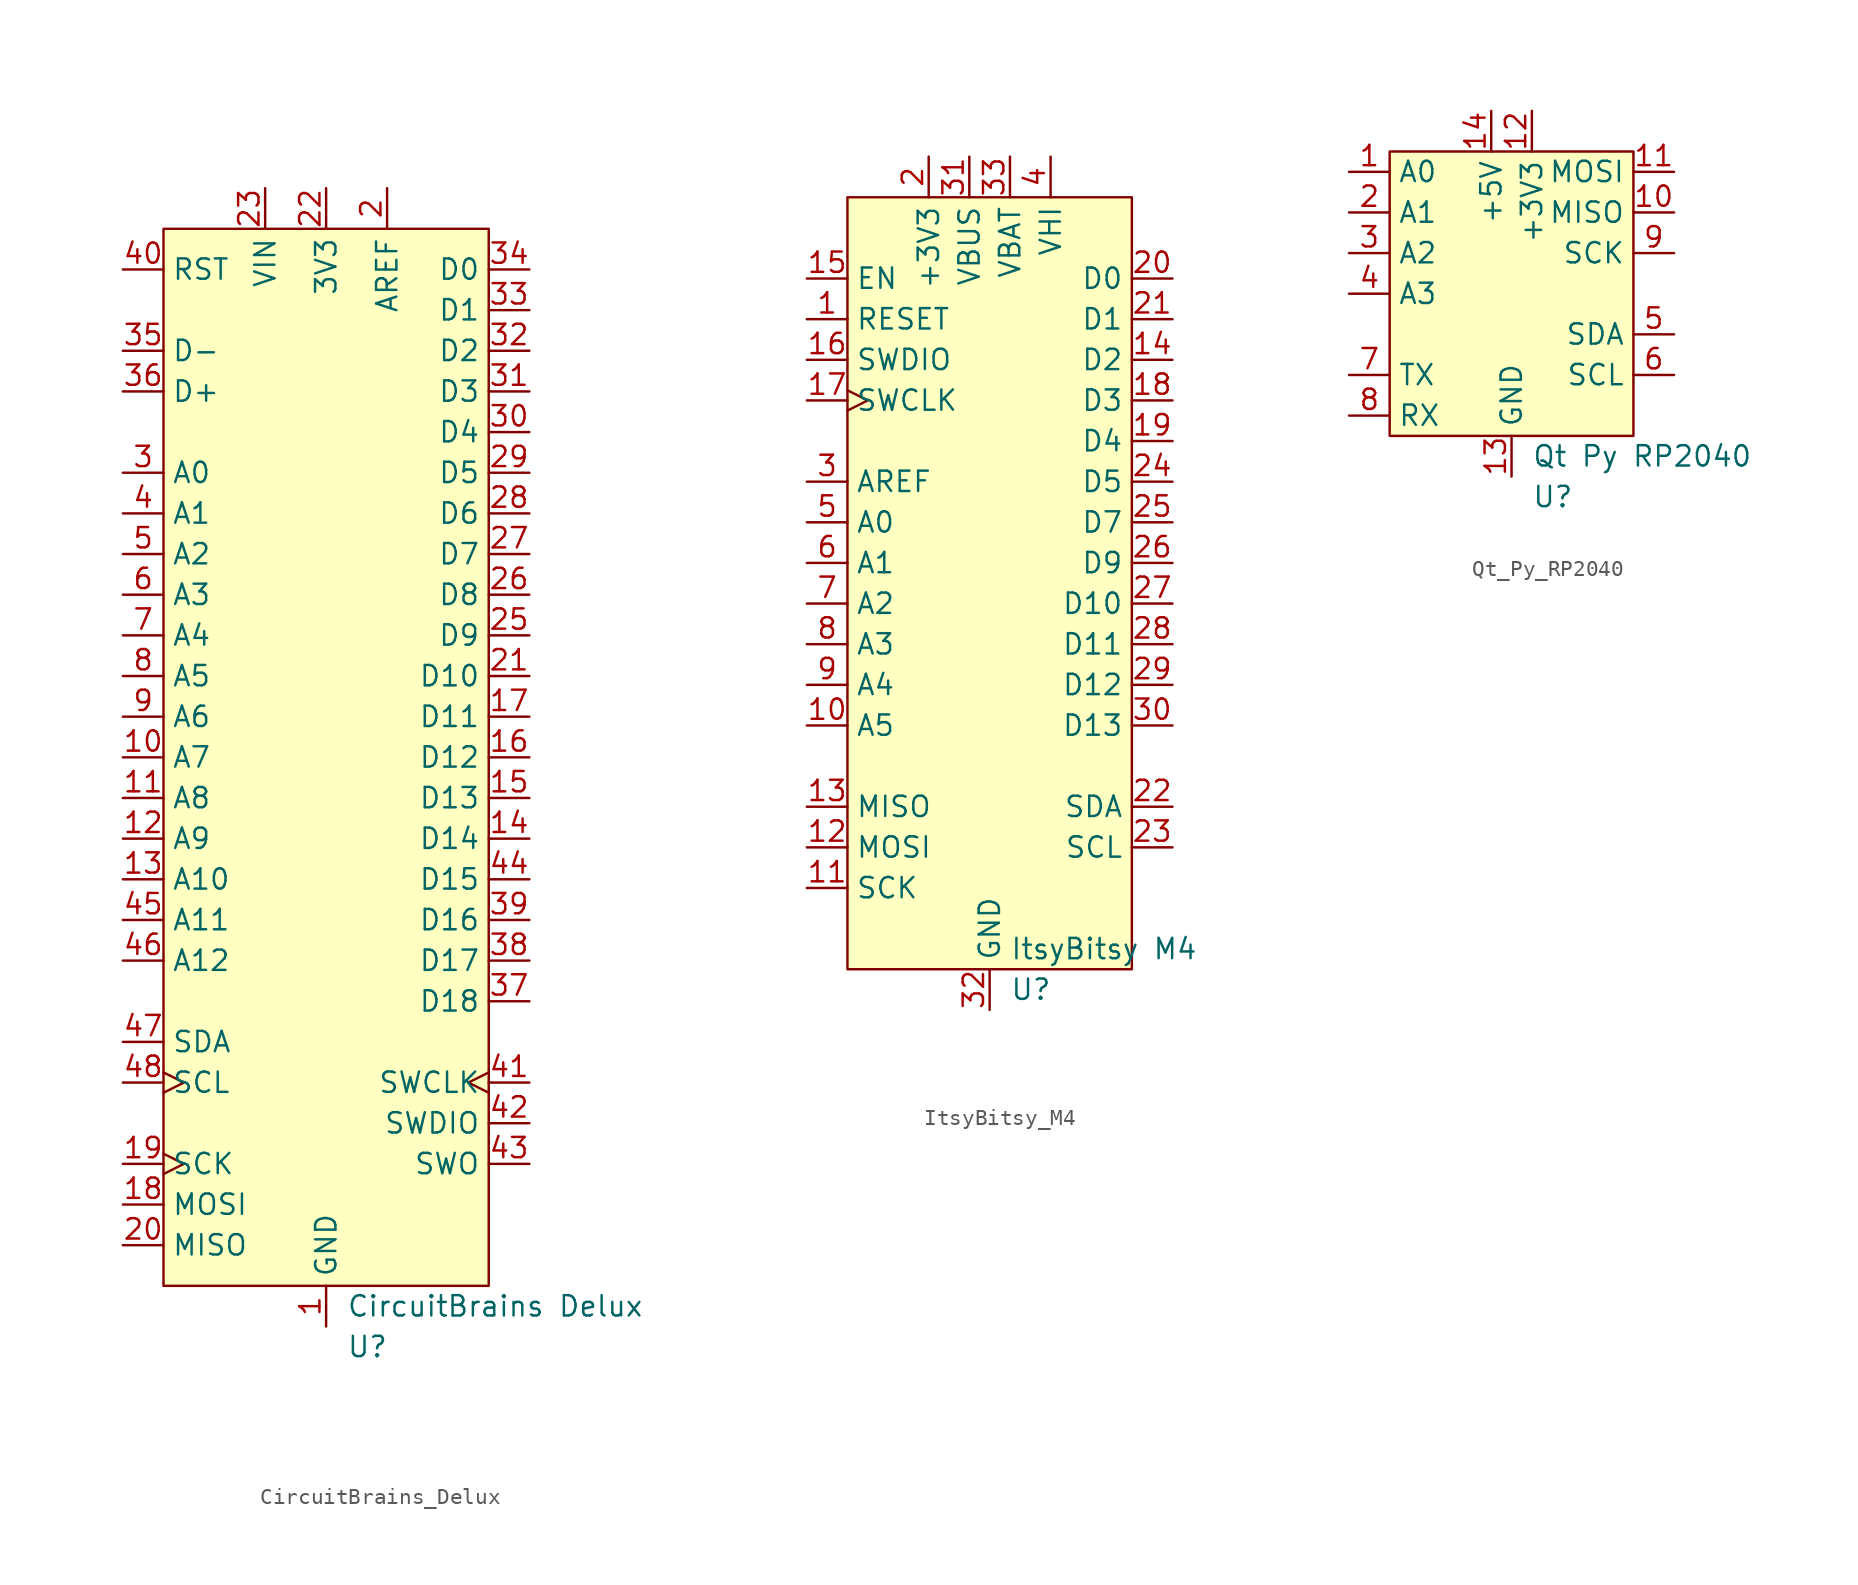
<source format=kicad_sym>
(kicad_symbol_lib
  (version 20220914)
  (generator kicad_symbol_editor)
  (symbol "CircuitBrains_Delux"
    (property "Reference" "U"
      (at 1.27 -69.85 0)
      (effects (font (size 1.27 1.27)) (justify left)))
    (property "Value" "CircuitBrains Delux"
      (at 1.27 -67.31 0)
      (effects (font (size 1.27 1.27)) (justify left)))
    (symbol "CircuitBrains_Delux_0_1"
      (rectangle (start -10.16 0) (end 10.16 -66.04) (stroke (width 0) (type default)) (fill (type background))))
    (symbol "CircuitBrains_Delux_1_0"
      (pin passive line (at 0 -68.58 90) (length 2.54) (name "GND" (effects (font (size 1.27 1.27)))) (number "1" (effects (font (size 1.27 1.27)))))
      (pin bidirectional line (at -12.7 -33.02 0) (length 2.54) (name "A7" (effects (font (size 1.27 1.27)))) (number "10" (effects (font (size 1.27 1.27)))))
      (pin bidirectional line (at -12.7 -35.56 0) (length 2.54) (name "A8" (effects (font (size 1.27 1.27)))) (number "11" (effects (font (size 1.27 1.27)))))
      (pin bidirectional line (at -12.7 -38.1 0) (length 2.54) (name "A9" (effects (font (size 1.27 1.27)))) (number "12" (effects (font (size 1.27 1.27)))))
      (pin bidirectional line (at -12.7 -40.64 0) (length 2.54) (name "A10" (effects (font (size 1.27 1.27)))) (number "13" (effects (font (size 1.27 1.27)))))
      (pin bidirectional line (at 12.7 -38.1 180) (length 2.54) (name "D14" (effects (font (size 1.27 1.27)))) (number "14" (effects (font (size 1.27 1.27)))))
      (pin bidirectional line (at 12.7 -35.56 180) (length 2.54) (name "D13" (effects (font (size 1.27 1.27)))) (number "15" (effects (font (size 1.27 1.27)))))
      (pin bidirectional line (at 12.7 -33.02 180) (length 2.54) (name "D12" (effects (font (size 1.27 1.27)))) (number "16" (effects (font (size 1.27 1.27)))))
      (pin bidirectional line (at 12.7 -30.48 180) (length 2.54) (name "D11" (effects (font (size 1.27 1.27)))) (number "17" (effects (font (size 1.27 1.27)))))
      (pin input line (at -12.7 -60.96 0) (length 2.54) (name "MOSI" (effects (font (size 1.27 1.27)))) (number "18" (effects (font (size 1.27 1.27)))))
      (pin output clock (at -12.7 -58.42 0) (length 2.54) (name "SCK" (effects (font (size 1.27 1.27)))) (number "19" (effects (font (size 1.27 1.27)))))
      (pin input line (at -12.7 -63.5 0) (length 2.54) (name "MISO" (effects (font (size 1.27 1.27)))) (number "20" (effects (font (size 1.27 1.27)))))
      (pin bidirectional line (at 12.7 -27.94 180) (length 2.54) (name "D10" (effects (font (size 1.27 1.27)))) (number "21" (effects (font (size 1.27 1.27)))))
      (pin power_out line (at 0 2.54 270) (length 2.54) (name "3V3" (effects (font (size 1.27 1.27)))) (number "22" (effects (font (size 1.27 1.27)))))
      (pin power_in line (at -3.81 2.54 270) (length 2.54) (name "VIN" (effects (font (size 1.27 1.27)))) (number "23" (effects (font (size 1.27 1.27)))))
      (pin passive line (at 0 -68.58 90) (length 2.54) hide (name "GND" (effects (font (size 1.27 1.27)))) (number "24" (effects (font (size 1.27 1.27)))))
      (pin bidirectional line (at 12.7 -25.4 180) (length 2.54) (name "D9" (effects (font (size 1.27 1.27)))) (number "25" (effects (font (size 1.27 1.27)))))
      (pin bidirectional line (at 12.7 -22.86 180) (length 2.54) (name "D8" (effects (font (size 1.27 1.27)))) (number "26" (effects (font (size 1.27 1.27)))))
      (pin bidirectional line (at 12.7 -20.32 180) (length 2.54) (name "D7" (effects (font (size 1.27 1.27)))) (number "27" (effects (font (size 1.27 1.27)))))
      (pin bidirectional line (at 12.7 -17.78 180) (length 2.54) (name "D6" (effects (font (size 1.27 1.27)))) (number "28" (effects (font (size 1.27 1.27)))))
      (pin bidirectional line (at 12.7 -15.24 180) (length 2.54) (name "D5" (effects (font (size 1.27 1.27)))) (number "29" (effects (font (size 1.27 1.27)))))
      (pin bidirectional line (at 12.7 -12.7 180) (length 2.54) (name "D4" (effects (font (size 1.27 1.27)))) (number "30" (effects (font (size 1.27 1.27)))))
      (pin bidirectional line (at 12.7 -10.16 180) (length 2.54) (name "D3" (effects (font (size 1.27 1.27)))) (number "31" (effects (font (size 1.27 1.27)))))
      (pin bidirectional line (at 12.7 -7.62 180) (length 2.54) (name "D2" (effects (font (size 1.27 1.27)))) (number "32" (effects (font (size 1.27 1.27)))))
      (pin bidirectional line (at 12.7 -5.08 180) (length 2.54) (name "D1" (effects (font (size 1.27 1.27)))) (number "33" (effects (font (size 1.27 1.27)))))
      (pin bidirectional line (at 12.7 -2.54 180) (length 2.54) (name "D0" (effects (font (size 1.27 1.27)))) (number "34" (effects (font (size 1.27 1.27)))))
      (pin bidirectional line (at -12.7 -7.62 0) (length 2.54) (name "D-" (effects (font (size 1.27 1.27)))) (number "35" (effects (font (size 1.27 1.27)))))
      (pin bidirectional line (at -12.7 -10.16 0) (length 2.54) (name "D+" (effects (font (size 1.27 1.27)))) (number "36" (effects (font (size 1.27 1.27)))))
      (pin bidirectional line (at 12.7 -48.26 180) (length 2.54) (name "D18" (effects (font (size 1.27 1.27)))) (number "37" (effects (font (size 1.27 1.27)))))
      (pin bidirectional line (at 12.7 -45.72 180) (length 2.54) (name "D17" (effects (font (size 1.27 1.27)))) (number "38" (effects (font (size 1.27 1.27)))))
      (pin bidirectional line (at 12.7 -43.18 180) (length 2.54) (name "D16" (effects (font (size 1.27 1.27)))) (number "39" (effects (font (size 1.27 1.27)))))
      (pin bidirectional line (at -12.7 -2.54 0) (length 2.54) (name "RST" (effects (font (size 1.27 1.27)))) (number "40" (effects (font (size 1.27 1.27)))))
      (pin input clock (at 12.7 -53.34 180) (length 2.54) (name "SWCLK" (effects (font (size 1.27 1.27)))) (number "41" (effects (font (size 1.27 1.27)))))
      (pin bidirectional line (at 12.7 -55.88 180) (length 2.54) (name "SWDIO" (effects (font (size 1.27 1.27)))) (number "42" (effects (font (size 1.27 1.27)))))
      (pin bidirectional line (at 12.7 -58.42 180) (length 2.54) (name "SWO" (effects (font (size 1.27 1.27)))) (number "43" (effects (font (size 1.27 1.27)))))
      (pin bidirectional line (at 12.7 -40.64 180) (length 2.54) (name "D15" (effects (font (size 1.27 1.27)))) (number "44" (effects (font (size 1.27 1.27)))))
      (pin bidirectional line (at -12.7 -43.18 0) (length 2.54) (name "A11" (effects (font (size 1.27 1.27)))) (number "45" (effects (font (size 1.27 1.27)))))
      (pin bidirectional line (at -12.7 -45.72 0) (length 2.54) (name "A12" (effects (font (size 1.27 1.27)))) (number "46" (effects (font (size 1.27 1.27)))))
      (pin bidirectional line (at -12.7 -50.8 0) (length 2.54) (name "SDA" (effects (font (size 1.27 1.27)))) (number "47" (effects (font (size 1.27 1.27)))))
      (pin output clock (at -12.7 -53.34 0) (length 2.54) (name "SCL" (effects (font (size 1.27 1.27)))) (number "48" (effects (font (size 1.27 1.27)))))
      (pin bidirectional line (at -12.7 -22.86 0) (length 2.54) (name "A3" (effects (font (size 1.27 1.27)))) (number "6" (effects (font (size 1.27 1.27)))))
      (pin bidirectional line (at -12.7 -25.4 0) (length 2.54) (name "A4" (effects (font (size 1.27 1.27)))) (number "7" (effects (font (size 1.27 1.27)))))
      (pin bidirectional line (at -12.7 -27.94 0) (length 2.54) (name "A5" (effects (font (size 1.27 1.27)))) (number "8" (effects (font (size 1.27 1.27)))))
      (pin bidirectional line (at -12.7 -30.48 0) (length 2.54) (name "A6" (effects (font (size 1.27 1.27)))) (number "9" (effects (font (size 1.27 1.27))))))
    (symbol "CircuitBrains_Delux_1_1"
      (pin power_out line (at 3.81 2.54 270) (length 2.54) (name "AREF" (effects (font (size 1.27 1.27)))) (number "2" (effects (font (size 1.27 1.27)))))
      (pin bidirectional line (at -12.7 -15.24 0) (length 2.54) (name "A0" (effects (font (size 1.27 1.27)))) (number "3" (effects (font (size 1.27 1.27)))))
      (pin bidirectional line (at -12.7 -17.78 0) (length 2.54) (name "A1" (effects (font (size 1.27 1.27)))) (number "4" (effects (font (size 1.27 1.27)))))
      (pin bidirectional line (at -12.7 -20.32 0) (length 2.54) (name "A2" (effects (font (size 1.27 1.27)))) (number "5" (effects (font (size 1.27 1.27)))))))
  (symbol "ItsyBitsy_M4"
    (property "Reference" "U"
      (at 1.27 -53.34 0)
      (effects (font (size 1.27 1.27)) (justify left)))
    (property "Value" "ItsyBitsy M4"
      (at 1.27 -50.8 0)
      (effects (font (size 1.27 1.27)) (justify left)))
    (symbol "ItsyBitsy_M4_0_1"
      (rectangle (start -8.89 -3.81) (end 8.89 -52.07) (stroke (width 0) (type default)) (fill (type background))))
    (symbol "ItsyBitsy_M4_1_1"
      (pin input line (at -11.43 -11.43 0) (length 2.54) (name "RESET" (effects (font (size 1.27 1.27)))) (number "1" (effects (font (size 1.27 1.27)))))
      (pin bidirectional line (at -11.43 -36.83 0) (length 2.54) (name "A5" (effects (font (size 1.27 1.27)))) (number "10" (effects (font (size 1.27 1.27)))))
      (pin bidirectional line (at -11.43 -46.99 0) (length 2.54) (name "SCK" (effects (font (size 1.27 1.27)))) (number "11" (effects (font (size 1.27 1.27)))))
      (pin bidirectional line (at -11.43 -44.45 0) (length 2.54) (name "MOSI" (effects (font (size 1.27 1.27)))) (number "12" (effects (font (size 1.27 1.27)))))
      (pin bidirectional line (at -11.43 -41.91 0) (length 2.54) (name "MISO" (effects (font (size 1.27 1.27)))) (number "13" (effects (font (size 1.27 1.27)))))
      (pin bidirectional line (at 11.43 -13.97 180) (length 2.54) (name "D2" (effects (font (size 1.27 1.27)))) (number "14" (effects (font (size 1.27 1.27)))))
      (pin input line (at -11.43 -8.89 0) (length 2.54) (name "EN" (effects (font (size 1.27 1.27)))) (number "15" (effects (font (size 1.27 1.27)))))
      (pin bidirectional line (at -11.43 -13.97 0) (length 2.54) (name "SWDIO" (effects (font (size 1.27 1.27)))) (number "16" (effects (font (size 1.27 1.27)))))
      (pin input clock (at -11.43 -16.51 0) (length 2.54) (name "SWCLK" (effects (font (size 1.27 1.27)))) (number "17" (effects (font (size 1.27 1.27)))))
      (pin bidirectional line (at 11.43 -16.51 180) (length 2.54) (name "D3" (effects (font (size 1.27 1.27)))) (number "18" (effects (font (size 1.27 1.27)))))
      (pin bidirectional line (at 11.43 -19.05 180) (length 2.54) (name "D4" (effects (font (size 1.27 1.27)))) (number "19" (effects (font (size 1.27 1.27)))))
      (pin power_out line (at -3.81 -1.27 270) (length 2.54) (name "+3V3" (effects (font (size 1.27 1.27)))) (number "2" (effects (font (size 1.27 1.27)))))
      (pin bidirectional line (at 11.43 -8.89 180) (length 2.54) (name "D0" (effects (font (size 1.27 1.27)))) (number "20" (effects (font (size 1.27 1.27)))))
      (pin bidirectional line (at 11.43 -11.43 180) (length 2.54) (name "D1" (effects (font (size 1.27 1.27)))) (number "21" (effects (font (size 1.27 1.27)))))
      (pin bidirectional line (at 11.43 -41.91 180) (length 2.54) (name "SDA" (effects (font (size 1.27 1.27)))) (number "22" (effects (font (size 1.27 1.27)))))
      (pin bidirectional line (at 11.43 -44.45 180) (length 2.54) (name "SCL" (effects (font (size 1.27 1.27)))) (number "23" (effects (font (size 1.27 1.27)))))
      (pin bidirectional line (at 11.43 -21.59 180) (length 2.54) (name "D5" (effects (font (size 1.27 1.27)))) (number "24" (effects (font (size 1.27 1.27)))))
      (pin bidirectional line (at 11.43 -24.13 180) (length 2.54) (name "D7" (effects (font (size 1.27 1.27)))) (number "25" (effects (font (size 1.27 1.27)))))
      (pin bidirectional line (at 11.43 -26.67 180) (length 2.54) (name "D9" (effects (font (size 1.27 1.27)))) (number "26" (effects (font (size 1.27 1.27)))))
      (pin bidirectional line (at 11.43 -29.21 180) (length 2.54) (name "D10" (effects (font (size 1.27 1.27)))) (number "27" (effects (font (size 1.27 1.27)))))
      (pin bidirectional line (at 11.43 -31.75 180) (length 2.54) (name "D11" (effects (font (size 1.27 1.27)))) (number "28" (effects (font (size 1.27 1.27)))))
      (pin bidirectional line (at 11.43 -34.29 180) (length 2.54) (name "D12" (effects (font (size 1.27 1.27)))) (number "29" (effects (font (size 1.27 1.27)))))
      (pin output line (at -11.43 -21.59 0) (length 2.54) (name "AREF" (effects (font (size 1.27 1.27)))) (number "3" (effects (font (size 1.27 1.27)))))
      (pin bidirectional line (at 11.43 -36.83 180) (length 2.54) (name "D13" (effects (font (size 1.27 1.27)))) (number "30" (effects (font (size 1.27 1.27)))))
      (pin power_out line (at -1.27 -1.27 270) (length 2.54) (name "VBUS" (effects (font (size 1.27 1.27)))) (number "31" (effects (font (size 1.27 1.27)))))
      (pin passive line (at 0 -54.61 90) (length 2.54) (name "GND" (effects (font (size 1.27 1.27)))) (number "32" (effects (font (size 1.27 1.27)))))
      (pin power_in line (at 1.27 -1.27 270) (length 2.54) (name "VBAT" (effects (font (size 1.27 1.27)))) (number "33" (effects (font (size 1.27 1.27)))))
      (pin power_out line (at 3.81 -1.27 270) (length 2.54) (name "VHI" (effects (font (size 1.27 1.27)))) (number "4" (effects (font (size 1.27 1.27)))))
      (pin bidirectional line (at -11.43 -24.13 0) (length 2.54) (name "A0" (effects (font (size 1.27 1.27)))) (number "5" (effects (font (size 1.27 1.27)))))
      (pin bidirectional line (at -11.43 -26.67 0) (length 2.54) (name "A1" (effects (font (size 1.27 1.27)))) (number "6" (effects (font (size 1.27 1.27)))))
      (pin bidirectional line (at -11.43 -29.21 0) (length 2.54) (name "A2" (effects (font (size 1.27 1.27)))) (number "7" (effects (font (size 1.27 1.27)))))
      (pin bidirectional line (at -11.43 -31.75 0) (length 2.54) (name "A3" (effects (font (size 1.27 1.27)))) (number "8" (effects (font (size 1.27 1.27)))))
      (pin bidirectional line (at -11.43 -34.29 0) (length 2.54) (name "A4" (effects (font (size 1.27 1.27)))) (number "9" (effects (font (size 1.27 1.27)))))))
  (symbol "Qt_Py_RP2040"
    (property "Reference" "U"
      (at 1.27 -12.7 0)
      (effects (font (size 1.27 1.27)) (justify left)))
    (property "Value" "Qt Py RP2040"
      (at 1.27 -10.16 0)
      (effects (font (size 1.27 1.27)) (justify left)))
    (symbol "Qt_Py_RP2040_1_1"
      (rectangle (start -7.62 8.89) (end 7.62 -8.89) (stroke (width 0) (type default)) (fill (type background)))
      (pin bidirectional line (at -10.16 7.62 0) (length 2.54) (name "A0" (effects (font (size 1.27 1.27)))) (number "1" (effects (font (size 1.27 1.27)))))
      (pin bidirectional line (at 10.16 5.08 180) (length 2.54) (name "MISO" (effects (font (size 1.27 1.27)))) (number "10" (effects (font (size 1.27 1.27)))))
      (pin bidirectional line (at 10.16 7.62 180) (length 2.54) (name "MOSI" (effects (font (size 1.27 1.27)))) (number "11" (effects (font (size 1.27 1.27)))))
      (pin power_out line (at 1.27 11.43 270) (length 2.54) (name "+3V3" (effects (font (size 1.27 1.27)))) (number "12" (effects (font (size 1.27 1.27)))))
      (pin passive line (at 0 -11.43 90) (length 2.54) (name "GND" (effects (font (size 1.27 1.27)))) (number "13" (effects (font (size 1.27 1.27)))))
      (pin power_in line (at -1.27 11.43 270) (length 2.54) (name "+5V" (effects (font (size 1.27 1.27)))) (number "14" (effects (font (size 1.27 1.27)))))
      (pin bidirectional line (at -10.16 5.08 0) (length 2.54) (name "A1" (effects (font (size 1.27 1.27)))) (number "2" (effects (font (size 1.27 1.27)))))
      (pin bidirectional line (at -10.16 2.54 0) (length 2.54) (name "A2" (effects (font (size 1.27 1.27)))) (number "3" (effects (font (size 1.27 1.27)))))
      (pin bidirectional line (at -10.16 0 0) (length 2.54) (name "A3" (effects (font (size 1.27 1.27)))) (number "4" (effects (font (size 1.27 1.27)))))
      (pin bidirectional line (at 10.16 -2.54 180) (length 2.54) (name "SDA" (effects (font (size 1.27 1.27)))) (number "5" (effects (font (size 1.27 1.27)))))
      (pin bidirectional line (at 10.16 -5.08 180) (length 2.54) (name "SCL" (effects (font (size 1.27 1.27)))) (number "6" (effects (font (size 1.27 1.27)))))
      (pin bidirectional line (at -10.16 -5.08 0) (length 2.54) (name "TX" (effects (font (size 1.27 1.27)))) (number "7" (effects (font (size 1.27 1.27)))))
      (pin bidirectional line (at -10.16 -7.62 0) (length 2.54) (name "RX" (effects (font (size 1.27 1.27)))) (number "8" (effects (font (size 1.27 1.27)))))
      (pin bidirectional line (at 10.16 2.54 180) (length 2.54) (name "SCK" (effects (font (size 1.27 1.27)))) (number "9" (effects (font (size 1.27 1.27))))))))
</source>
